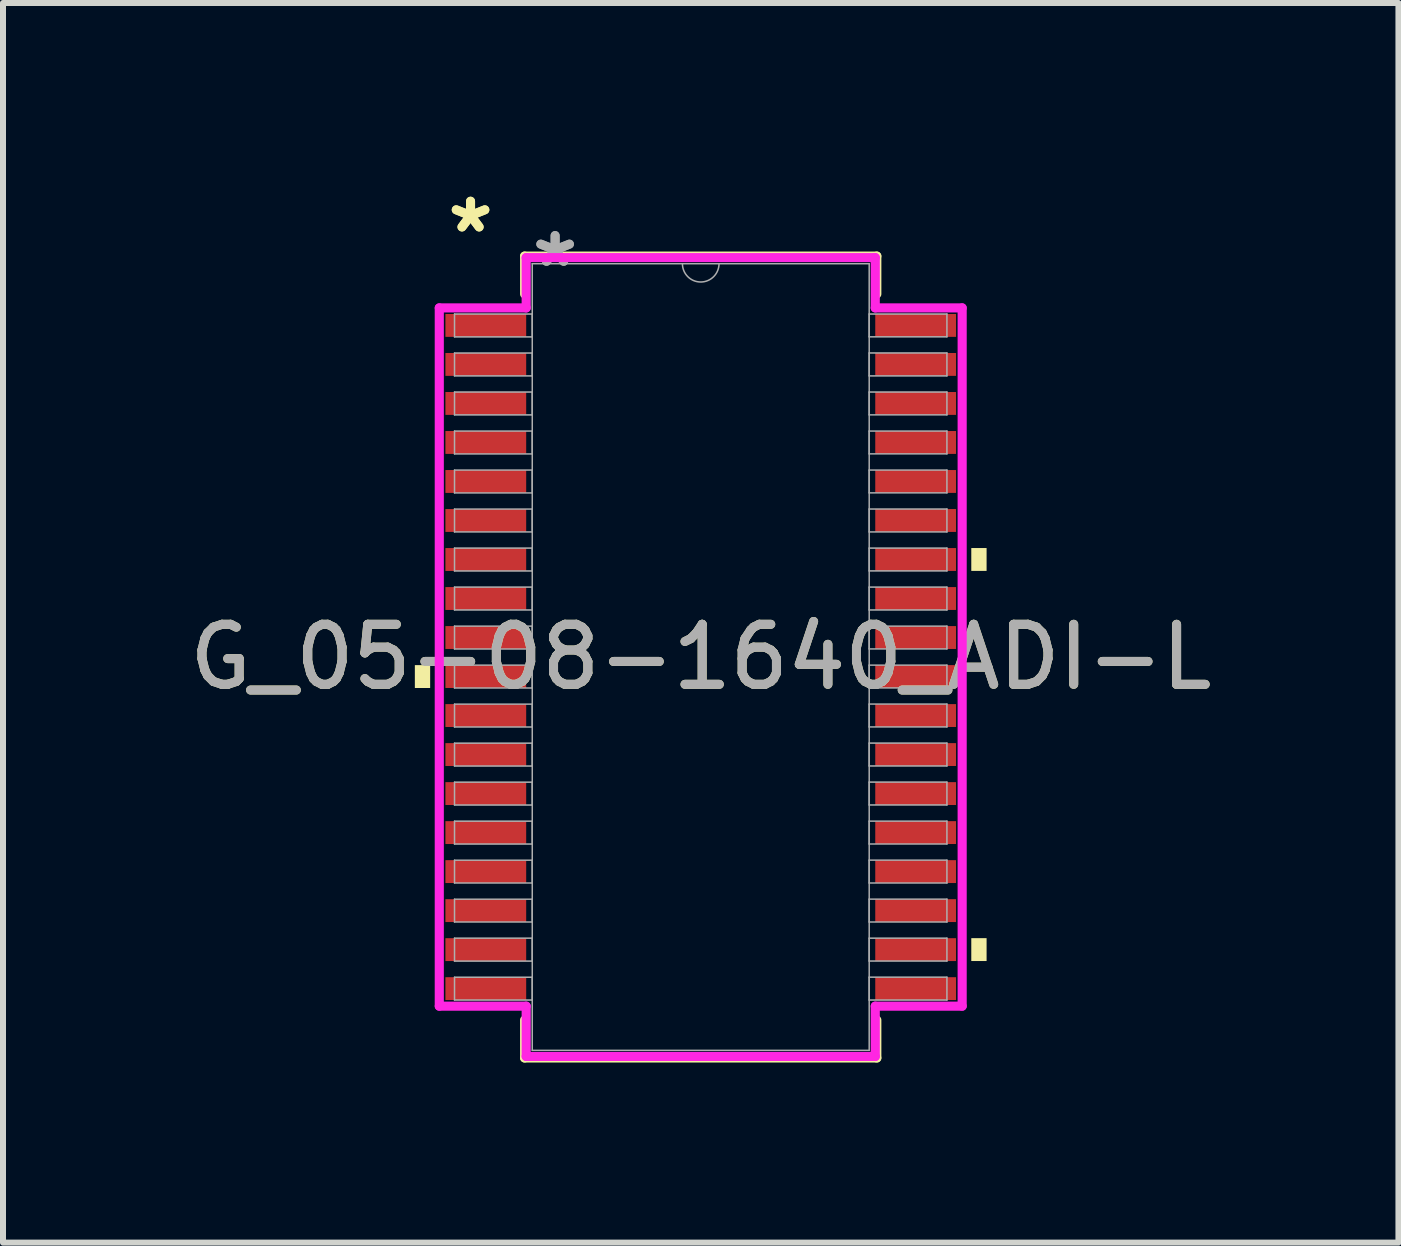
<source format=kicad_pcb>
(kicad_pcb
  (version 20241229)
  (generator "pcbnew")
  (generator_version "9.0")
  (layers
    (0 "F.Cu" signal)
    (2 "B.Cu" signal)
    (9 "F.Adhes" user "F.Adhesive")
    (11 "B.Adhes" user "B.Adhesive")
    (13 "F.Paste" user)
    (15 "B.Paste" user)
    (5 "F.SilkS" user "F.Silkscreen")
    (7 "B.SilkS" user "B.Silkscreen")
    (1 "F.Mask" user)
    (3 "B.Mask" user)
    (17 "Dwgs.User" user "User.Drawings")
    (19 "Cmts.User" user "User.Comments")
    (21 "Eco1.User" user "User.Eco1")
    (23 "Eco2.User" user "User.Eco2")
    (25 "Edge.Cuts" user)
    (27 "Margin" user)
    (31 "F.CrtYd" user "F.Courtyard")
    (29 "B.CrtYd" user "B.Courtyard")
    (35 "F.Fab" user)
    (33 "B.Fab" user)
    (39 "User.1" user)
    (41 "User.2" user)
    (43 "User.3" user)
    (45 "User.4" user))
  (footprint "G_05-08-1640_ADI-L"
    (layer "F.Cu")
    (at 8.625 7.897)
    (property "Reference" "G_05-08-1640_ADI-L" (at 0 0 0) (unlocked yes) (layer "F.SilkS") (effects (font (size 1 1) (thickness 0.15))))
    (attr smd)
    (fp_line (start -2.934 -6.68) (end -2.934 -6.048) (stroke (width 0.152) (type solid)) (layer "F.SilkS"))
    (fp_line (start -2.934 6.048) (end -2.934 6.68) (stroke (width 0.152) (type solid)) (layer "F.SilkS"))
    (fp_line (start -2.934 6.68) (end 2.934 6.68) (stroke (width 0.152) (type solid)) (layer "F.SilkS"))
    (fp_line (start 2.934 -6.68) (end -2.934 -6.68) (stroke (width 0.152) (type solid)) (layer "F.SilkS"))
    (fp_line (start 2.934 -6.048) (end 2.934 -6.68) (stroke (width 0.152) (type solid)) (layer "F.SilkS"))
    (fp_line (start 2.934 6.68) (end 2.934 6.048) (stroke (width 0.152) (type solid)) (layer "F.SilkS"))
    (fp_poly (pts (xy -4.763 0.135) (xy -4.763 0.516) (xy -4.508 0.516) (xy -4.508 0.135)) (stroke (width 0) (type solid)) (fill yes) (layer "F.SilkS"))
    (fp_poly (pts (xy 4.763 -1.816) (xy 4.763 -1.435) (xy 4.508 -1.435) (xy 4.508 -1.816)) (stroke (width 0) (type solid)) (fill yes) (layer "F.SilkS"))
    (fp_poly (pts (xy 4.763 4.684) (xy 4.763 5.065) (xy 4.508 5.065) (xy 4.508 4.684)) (stroke (width 0) (type solid)) (fill yes) (layer "F.SilkS"))
    (fp_line (start -4.356 -5.817) (end -2.908 -5.817) (stroke (width 0.152) (type solid)) (layer "F.CrtYd"))
    (fp_line (start -4.356 5.817) (end -4.356 -5.817) (stroke (width 0.152) (type solid)) (layer "F.CrtYd"))
    (fp_line (start -4.356 5.817) (end -2.908 5.817) (stroke (width 0.152) (type solid)) (layer "F.CrtYd"))
    (fp_line (start -2.908 -6.655) (end 2.908 -6.655) (stroke (width 0.152) (type solid)) (layer "F.CrtYd"))
    (fp_line (start -2.908 -5.817) (end -2.908 -6.655) (stroke (width 0.152) (type solid)) (layer "F.CrtYd"))
    (fp_line (start -2.908 6.655) (end -2.908 5.817) (stroke (width 0.152) (type solid)) (layer "F.CrtYd"))
    (fp_line (start 2.908 -6.655) (end 2.908 -5.817) (stroke (width 0.152) (type solid)) (layer "F.CrtYd"))
    (fp_line (start 2.908 5.817) (end 2.908 6.655) (stroke (width 0.152) (type solid)) (layer "F.CrtYd"))
    (fp_line (start 2.908 6.655) (end -2.908 6.655) (stroke (width 0.152) (type solid)) (layer "F.CrtYd"))
    (fp_line (start 4.356 -5.817) (end 2.908 -5.817) (stroke (width 0.152) (type solid)) (layer "F.CrtYd"))
    (fp_line (start 4.356 -5.817) (end 4.356 5.817) (stroke (width 0.152) (type solid)) (layer "F.CrtYd"))
    (fp_line (start 4.356 5.817) (end 2.908 5.817) (stroke (width 0.152) (type solid)) (layer "F.CrtYd"))
    (fp_line (start -4.102 -5.715) (end -4.102 -5.334) (stroke (width 0.025) (type solid)) (layer "F.Fab"))
    (fp_line (start -4.102 -5.334) (end -2.807 -5.334) (stroke (width 0.025) (type solid)) (layer "F.Fab"))
    (fp_line (start -4.102 -5.065) (end -4.102 -4.684) (stroke (width 0.025) (type solid)) (layer "F.Fab"))
    (fp_line (start -4.102 -4.684) (end -2.807 -4.684) (stroke (width 0.025) (type solid)) (layer "F.Fab"))
    (fp_line (start -4.102 -4.415) (end -4.102 -4.034) (stroke (width 0.025) (type solid)) (layer "F.Fab"))
    (fp_line (start -4.102 -4.034) (end -2.807 -4.034) (stroke (width 0.025) (type solid)) (layer "F.Fab"))
    (fp_line (start -4.102 -3.765) (end -4.102 -3.384) (stroke (width 0.025) (type solid)) (layer "F.Fab"))
    (fp_line (start -4.102 -3.384) (end -2.807 -3.384) (stroke (width 0.025) (type solid)) (layer "F.Fab"))
    (fp_line (start -4.102 -3.115) (end -4.102 -2.734) (stroke (width 0.025) (type solid)) (layer "F.Fab"))
    (fp_line (start -4.102 -2.734) (end -2.807 -2.734) (stroke (width 0.025) (type solid)) (layer "F.Fab"))
    (fp_line (start -4.102 -2.465) (end -4.102 -2.084) (stroke (width 0.025) (type solid)) (layer "F.Fab"))
    (fp_line (start -4.102 -2.084) (end -2.807 -2.084) (stroke (width 0.025) (type solid)) (layer "F.Fab"))
    (fp_line (start -4.102 -1.815) (end -4.102 -1.434) (stroke (width 0.025) (type solid)) (layer "F.Fab"))
    (fp_line (start -4.102 -1.434) (end -2.807 -1.434) (stroke (width 0.025) (type solid)) (layer "F.Fab"))
    (fp_line (start -4.102 -1.165) (end -4.102 -0.784) (stroke (width 0.025) (type solid)) (layer "F.Fab"))
    (fp_line (start -4.102 -0.784) (end -2.807 -0.784) (stroke (width 0.025) (type solid)) (layer "F.Fab"))
    (fp_line (start -4.102 -0.515) (end -4.102 -0.134) (stroke (width 0.025) (type solid)) (layer "F.Fab"))
    (fp_line (start -4.102 -0.134) (end -2.807 -0.134) (stroke (width 0.025) (type solid)) (layer "F.Fab"))
    (fp_line (start -4.102 0.135) (end -4.102 0.516) (stroke (width 0.025) (type solid)) (layer "F.Fab"))
    (fp_line (start -4.102 0.516) (end -2.807 0.516) (stroke (width 0.025) (type solid)) (layer "F.Fab"))
    (fp_line (start -4.102 0.785) (end -4.102 1.166) (stroke (width 0.025) (type solid)) (layer "F.Fab"))
    (fp_line (start -4.102 1.166) (end -2.807 1.166) (stroke (width 0.025) (type solid)) (layer "F.Fab"))
    (fp_line (start -4.102 1.435) (end -4.102 1.816) (stroke (width 0.025) (type solid)) (layer "F.Fab"))
    (fp_line (start -4.102 1.816) (end -2.807 1.816) (stroke (width 0.025) (type solid)) (layer "F.Fab"))
    (fp_line (start -4.102 2.085) (end -4.102 2.466) (stroke (width 0.025) (type solid)) (layer "F.Fab"))
    (fp_line (start -4.102 2.466) (end -2.807 2.466) (stroke (width 0.025) (type solid)) (layer "F.Fab"))
    (fp_line (start -4.102 2.735) (end -4.102 3.116) (stroke (width 0.025) (type solid)) (layer "F.Fab"))
    (fp_line (start -4.102 3.116) (end -2.807 3.116) (stroke (width 0.025) (type solid)) (layer "F.Fab"))
    (fp_line (start -4.102 3.385) (end -4.102 3.765) (stroke (width 0.025) (type solid)) (layer "F.Fab"))
    (fp_line (start -4.102 3.765) (end -2.807 3.765) (stroke (width 0.025) (type solid)) (layer "F.Fab"))
    (fp_line (start -4.102 4.035) (end -4.102 4.415) (stroke (width 0.025) (type solid)) (layer "F.Fab"))
    (fp_line (start -4.102 4.415) (end -2.807 4.415) (stroke (width 0.025) (type solid)) (layer "F.Fab"))
    (fp_line (start -4.102 4.684) (end -4.102 5.066) (stroke (width 0.025) (type solid)) (layer "F.Fab"))
    (fp_line (start -4.102 5.066) (end -2.807 5.066) (stroke (width 0.025) (type solid)) (layer "F.Fab"))
    (fp_line (start -4.102 5.335) (end -4.102 5.715) (stroke (width 0.025) (type solid)) (layer "F.Fab"))
    (fp_line (start -4.102 5.715) (end -2.807 5.715) (stroke (width 0.025) (type solid)) (layer "F.Fab"))
    (fp_line (start -2.807 -6.553) (end -2.807 6.553) (stroke (width 0.025) (type solid)) (layer "F.Fab"))
    (fp_line (start -2.807 -5.715) (end -4.102 -5.715) (stroke (width 0.025) (type solid)) (layer "F.Fab"))
    (fp_line (start -2.807 -5.334) (end -2.807 -5.715) (stroke (width 0.025) (type solid)) (layer "F.Fab"))
    (fp_line (start -2.807 -5.065) (end -4.102 -5.065) (stroke (width 0.025) (type solid)) (layer "F.Fab"))
    (fp_line (start -2.807 -4.684) (end -2.807 -5.065) (stroke (width 0.025) (type solid)) (layer "F.Fab"))
    (fp_line (start -2.807 -4.415) (end -4.102 -4.415) (stroke (width 0.025) (type solid)) (layer "F.Fab"))
    (fp_line (start -2.807 -4.034) (end -2.807 -4.415) (stroke (width 0.025) (type solid)) (layer "F.Fab"))
    (fp_line (start -2.807 -3.765) (end -4.102 -3.765) (stroke (width 0.025) (type solid)) (layer "F.Fab"))
    (fp_line (start -2.807 -3.384) (end -2.807 -3.765) (stroke (width 0.025) (type solid)) (layer "F.Fab"))
    (fp_line (start -2.807 -3.115) (end -4.102 -3.115) (stroke (width 0.025) (type solid)) (layer "F.Fab"))
    (fp_line (start -2.807 -2.734) (end -2.807 -3.115) (stroke (width 0.025) (type solid)) (layer "F.Fab"))
    (fp_line (start -2.807 -2.465) (end -4.102 -2.465) (stroke (width 0.025) (type solid)) (layer "F.Fab"))
    (fp_line (start -2.807 -2.084) (end -2.807 -2.465) (stroke (width 0.025) (type solid)) (layer "F.Fab"))
    (fp_line (start -2.807 -1.815) (end -4.102 -1.815) (stroke (width 0.025) (type solid)) (layer "F.Fab"))
    (fp_line (start -2.807 -1.434) (end -2.807 -1.815) (stroke (width 0.025) (type solid)) (layer "F.Fab"))
    (fp_line (start -2.807 -1.165) (end -4.102 -1.165) (stroke (width 0.025) (type solid)) (layer "F.Fab"))
    (fp_line (start -2.807 -0.784) (end -2.807 -1.165) (stroke (width 0.025) (type solid)) (layer "F.Fab"))
    (fp_line (start -2.807 -0.515) (end -4.102 -0.515) (stroke (width 0.025) (type solid)) (layer "F.Fab"))
    (fp_line (start -2.807 -0.134) (end -2.807 -0.515) (stroke (width 0.025) (type solid)) (layer "F.Fab"))
    (fp_line (start -2.807 0.135) (end -4.102 0.135) (stroke (width 0.025) (type solid)) (layer "F.Fab"))
    (fp_line (start -2.807 0.516) (end -2.807 0.135) (stroke (width 0.025) (type solid)) (layer "F.Fab"))
    (fp_line (start -2.807 0.785) (end -4.102 0.785) (stroke (width 0.025) (type solid)) (layer "F.Fab"))
    (fp_line (start -2.807 1.166) (end -2.807 0.785) (stroke (width 0.025) (type solid)) (layer "F.Fab"))
    (fp_line (start -2.807 1.435) (end -4.102 1.435) (stroke (width 0.025) (type solid)) (layer "F.Fab"))
    (fp_line (start -2.807 1.816) (end -2.807 1.435) (stroke (width 0.025) (type solid)) (layer "F.Fab"))
    (fp_line (start -2.807 2.085) (end -4.102 2.085) (stroke (width 0.025) (type solid)) (layer "F.Fab"))
    (fp_line (start -2.807 2.466) (end -2.807 2.085) (stroke (width 0.025) (type solid)) (layer "F.Fab"))
    (fp_line (start -2.807 2.735) (end -4.102 2.735) (stroke (width 0.025) (type solid)) (layer "F.Fab"))
    (fp_line (start -2.807 3.116) (end -2.807 2.735) (stroke (width 0.025) (type solid)) (layer "F.Fab"))
    (fp_line (start -2.807 3.385) (end -4.102 3.385) (stroke (width 0.025) (type solid)) (layer "F.Fab"))
    (fp_line (start -2.807 3.765) (end -2.807 3.385) (stroke (width 0.025) (type solid)) (layer "F.Fab"))
    (fp_line (start -2.807 4.035) (end -4.102 4.035) (stroke (width 0.025) (type solid)) (layer "F.Fab"))
    (fp_line (start -2.807 4.415) (end -2.807 4.035) (stroke (width 0.025) (type solid)) (layer "F.Fab"))
    (fp_line (start -2.807 4.684) (end -4.102 4.684) (stroke (width 0.025) (type solid)) (layer "F.Fab"))
    (fp_line (start -2.807 5.066) (end -2.807 4.684) (stroke (width 0.025) (type solid)) (layer "F.Fab"))
    (fp_line (start -2.807 5.335) (end -4.102 5.335) (stroke (width 0.025) (type solid)) (layer "F.Fab"))
    (fp_line (start -2.807 5.715) (end -2.807 5.335) (stroke (width 0.025) (type solid)) (layer "F.Fab"))
    (fp_line (start -2.807 6.553) (end 2.807 6.553) (stroke (width 0.025) (type solid)) (layer "F.Fab"))
    (fp_line (start 2.807 -6.553) (end -2.807 -6.553) (stroke (width 0.025) (type solid)) (layer "F.Fab"))
    (fp_line (start 2.807 -5.715) (end 2.807 -5.335) (stroke (width 0.025) (type solid)) (layer "F.Fab"))
    (fp_line (start 2.807 -5.335) (end 4.102 -5.335) (stroke (width 0.025) (type solid)) (layer "F.Fab"))
    (fp_line (start 2.807 -5.066) (end 2.807 -4.684) (stroke (width 0.025) (type solid)) (layer "F.Fab"))
    (fp_line (start 2.807 -4.684) (end 4.102 -4.684) (stroke (width 0.025) (type solid)) (layer "F.Fab"))
    (fp_line (start 2.807 -4.415) (end 2.807 -4.035) (stroke (width 0.025) (type solid)) (layer "F.Fab"))
    (fp_line (start 2.807 -4.035) (end 4.102 -4.035) (stroke (width 0.025) (type solid)) (layer "F.Fab"))
    (fp_line (start 2.807 -3.765) (end 2.807 -3.385) (stroke (width 0.025) (type solid)) (layer "F.Fab"))
    (fp_line (start 2.807 -3.385) (end 4.102 -3.385) (stroke (width 0.025) (type solid)) (layer "F.Fab"))
    (fp_line (start 2.807 -3.115) (end 2.807 -2.735) (stroke (width 0.025) (type solid)) (layer "F.Fab"))
    (fp_line (start 2.807 -2.735) (end 4.102 -2.735) (stroke (width 0.025) (type solid)) (layer "F.Fab"))
    (fp_line (start 2.807 -2.466) (end 2.807 -2.084) (stroke (width 0.025) (type solid)) (layer "F.Fab"))
    (fp_line (start 2.807 -2.084) (end 4.102 -2.084) (stroke (width 0.025) (type solid)) (layer "F.Fab"))
    (fp_line (start 2.807 -1.815) (end 2.807 -1.435) (stroke (width 0.025) (type solid)) (layer "F.Fab"))
    (fp_line (start 2.807 -1.435) (end 4.102 -1.435) (stroke (width 0.025) (type solid)) (layer "F.Fab"))
    (fp_line (start 2.807 -1.165) (end 2.807 -0.784) (stroke (width 0.025) (type solid)) (layer "F.Fab"))
    (fp_line (start 2.807 -0.784) (end 4.102 -0.784) (stroke (width 0.025) (type solid)) (layer "F.Fab"))
    (fp_line (start 2.807 -0.515) (end 2.807 -0.135) (stroke (width 0.025) (type solid)) (layer "F.Fab"))
    (fp_line (start 2.807 -0.135) (end 4.102 -0.135) (stroke (width 0.025) (type solid)) (layer "F.Fab"))
    (fp_line (start 2.807 0.135) (end 2.807 0.515) (stroke (width 0.025) (type solid)) (layer "F.Fab"))
    (fp_line (start 2.807 0.515) (end 4.102 0.515) (stroke (width 0.025) (type solid)) (layer "F.Fab"))
    (fp_line (start 2.807 0.784) (end 2.807 1.165) (stroke (width 0.025) (type solid)) (layer "F.Fab"))
    (fp_line (start 2.807 1.165) (end 4.102 1.165) (stroke (width 0.025) (type solid)) (layer "F.Fab"))
    (fp_line (start 2.807 1.434) (end 2.807 1.815) (stroke (width 0.025) (type solid)) (layer "F.Fab"))
    (fp_line (start 2.807 1.815) (end 4.102 1.815) (stroke (width 0.025) (type solid)) (layer "F.Fab"))
    (fp_line (start 2.807 2.084) (end 2.807 2.465) (stroke (width 0.025) (type solid)) (layer "F.Fab"))
    (fp_line (start 2.807 2.465) (end 4.102 2.465) (stroke (width 0.025) (type solid)) (layer "F.Fab"))
    (fp_line (start 2.807 2.734) (end 2.807 3.115) (stroke (width 0.025) (type solid)) (layer "F.Fab"))
    (fp_line (start 2.807 3.115) (end 4.102 3.115) (stroke (width 0.025) (type solid)) (layer "F.Fab"))
    (fp_line (start 2.807 3.384) (end 2.807 3.765) (stroke (width 0.025) (type solid)) (layer "F.Fab"))
    (fp_line (start 2.807 3.765) (end 4.102 3.765) (stroke (width 0.025) (type solid)) (layer "F.Fab"))
    (fp_line (start 2.807 4.034) (end 2.807 4.415) (stroke (width 0.025) (type solid)) (layer "F.Fab"))
    (fp_line (start 2.807 4.415) (end 4.102 4.415) (stroke (width 0.025) (type solid)) (layer "F.Fab"))
    (fp_line (start 2.807 4.684) (end 2.807 5.065) (stroke (width 0.025) (type solid)) (layer "F.Fab"))
    (fp_line (start 2.807 5.065) (end 4.102 5.065) (stroke (width 0.025) (type solid)) (layer "F.Fab"))
    (fp_line (start 2.807 5.334) (end 2.807 5.715) (stroke (width 0.025) (type solid)) (layer "F.Fab"))
    (fp_line (start 2.807 5.715) (end 4.102 5.715) (stroke (width 0.025) (type solid)) (layer "F.Fab"))
    (fp_line (start 2.807 6.553) (end 2.807 -6.553) (stroke (width 0.025) (type solid)) (layer "F.Fab"))
    (fp_line (start 4.102 -5.715) (end 2.807 -5.715) (stroke (width 0.025) (type solid)) (layer "F.Fab"))
    (fp_line (start 4.102 -5.335) (end 4.102 -5.715) (stroke (width 0.025) (type solid)) (layer "F.Fab"))
    (fp_line (start 4.102 -5.066) (end 2.807 -5.066) (stroke (width 0.025) (type solid)) (layer "F.Fab"))
    (fp_line (start 4.102 -4.684) (end 4.102 -5.066) (stroke (width 0.025) (type solid)) (layer "F.Fab"))
    (fp_line (start 4.102 -4.415) (end 2.807 -4.415) (stroke (width 0.025) (type solid)) (layer "F.Fab"))
    (fp_line (start 4.102 -4.035) (end 4.102 -4.415) (stroke (width 0.025) (type solid)) (layer "F.Fab"))
    (fp_line (start 4.102 -3.765) (end 2.807 -3.765) (stroke (width 0.025) (type solid)) (layer "F.Fab"))
    (fp_line (start 4.102 -3.385) (end 4.102 -3.765) (stroke (width 0.025) (type solid)) (layer "F.Fab"))
    (fp_line (start 4.102 -3.115) (end 2.807 -3.115) (stroke (width 0.025) (type solid)) (layer "F.Fab"))
    (fp_line (start 4.102 -2.735) (end 4.102 -3.115) (stroke (width 0.025) (type solid)) (layer "F.Fab"))
    (fp_line (start 4.102 -2.466) (end 2.807 -2.466) (stroke (width 0.025) (type solid)) (layer "F.Fab"))
    (fp_line (start 4.102 -2.084) (end 4.102 -2.466) (stroke (width 0.025) (type solid)) (layer "F.Fab"))
    (fp_line (start 4.102 -1.815) (end 2.807 -1.815) (stroke (width 0.025) (type solid)) (layer "F.Fab"))
    (fp_line (start 4.102 -1.435) (end 4.102 -1.815) (stroke (width 0.025) (type solid)) (layer "F.Fab"))
    (fp_line (start 4.102 -1.165) (end 2.807 -1.165) (stroke (width 0.025) (type solid)) (layer "F.Fab"))
    (fp_line (start 4.102 -0.784) (end 4.102 -1.165) (stroke (width 0.025) (type solid)) (layer "F.Fab"))
    (fp_line (start 4.102 -0.515) (end 2.807 -0.515) (stroke (width 0.025) (type solid)) (layer "F.Fab"))
    (fp_line (start 4.102 -0.135) (end 4.102 -0.515) (stroke (width 0.025) (type solid)) (layer "F.Fab"))
    (fp_line (start 4.102 0.135) (end 2.807 0.135) (stroke (width 0.025) (type solid)) (layer "F.Fab"))
    (fp_line (start 4.102 0.515) (end 4.102 0.135) (stroke (width 0.025) (type solid)) (layer "F.Fab"))
    (fp_line (start 4.102 0.784) (end 2.807 0.784) (stroke (width 0.025) (type solid)) (layer "F.Fab"))
    (fp_line (start 4.102 1.165) (end 4.102 0.784) (stroke (width 0.025) (type solid)) (layer "F.Fab"))
    (fp_line (start 4.102 1.434) (end 2.807 1.434) (stroke (width 0.025) (type solid)) (layer "F.Fab"))
    (fp_line (start 4.102 1.815) (end 4.102 1.434) (stroke (width 0.025) (type solid)) (layer "F.Fab"))
    (fp_line (start 4.102 2.084) (end 2.807 2.084) (stroke (width 0.025) (type solid)) (layer "F.Fab"))
    (fp_line (start 4.102 2.465) (end 4.102 2.084) (stroke (width 0.025) (type solid)) (layer "F.Fab"))
    (fp_line (start 4.102 2.734) (end 2.807 2.734) (stroke (width 0.025) (type solid)) (layer "F.Fab"))
    (fp_line (start 4.102 3.115) (end 4.102 2.734) (stroke (width 0.025) (type solid)) (layer "F.Fab"))
    (fp_line (start 4.102 3.384) (end 2.807 3.384) (stroke (width 0.025) (type solid)) (layer "F.Fab"))
    (fp_line (start 4.102 3.765) (end 4.102 3.384) (stroke (width 0.025) (type solid)) (layer "F.Fab"))
    (fp_line (start 4.102 4.034) (end 2.807 4.034) (stroke (width 0.025) (type solid)) (layer "F.Fab"))
    (fp_line (start 4.102 4.415) (end 4.102 4.034) (stroke (width 0.025) (type solid)) (layer "F.Fab"))
    (fp_line (start 4.102 4.684) (end 2.807 4.684) (stroke (width 0.025) (type solid)) (layer "F.Fab"))
    (fp_line (start 4.102 5.065) (end 4.102 4.684) (stroke (width 0.025) (type solid)) (layer "F.Fab"))
    (fp_line (start 4.102 5.334) (end 2.807 5.334) (stroke (width 0.025) (type solid)) (layer "F.Fab"))
    (fp_line (start 4.102 5.715) (end 4.102 5.334) (stroke (width 0.025) (type solid)) (layer "F.Fab"))
    (fp_arc (start 0.3048 -6.5532) (mid 0 -6.2484) (end -0.3048 -6.5532) (stroke (width 0.0254) (type solid)) (layer "F.Fab"))
    (fp_text user "*" (at -3.835 -7.049 0) (unlocked yes) (layer "F.SilkS") (effects (font (size 1 1) (thickness 0.15))))
    (fp_text user "*" (at -3.835 -7.049 0) (layer "F.SilkS") (effects (font (size 1 1) (thickness 0.15))))
    (fp_text user "*" (at -2.426 -6.477 0) (layer "F.Fab") (effects (font (size 1 1) (thickness 0.15))))
    (fp_text user "${REFERENCE}" (at 0 0 0) (unlocked yes) (layer "F.Fab") (effects (font (size 1 1) (thickness 0.15))))
    (fp_text user "*" (at -2.426 -6.477 0) (unlocked yes) (layer "F.Fab") (effects (font (size 1 1) (thickness 0.15))))
    (pad "1" smd rect (at -3.581 -5.525) (size 1.346 0.381) (layers "F.Cu" "F.Mask" "F.Paste"))
    (pad "2" smd rect (at -3.581 -4.875) (size 1.346 0.381) (layers "F.Cu" "F.Mask" "F.Paste"))
    (pad "3" smd rect (at -3.581 -4.225) (size 1.346 0.381) (layers "F.Cu" "F.Mask" "F.Paste"))
    (pad "4" smd rect (at -3.581 -3.575) (size 1.346 0.381) (layers "F.Cu" "F.Mask" "F.Paste"))
    (pad "5" smd rect (at -3.581 -2.925) (size 1.346 0.381) (layers "F.Cu" "F.Mask" "F.Paste"))
    (pad "6" smd rect (at -3.581 -2.275) (size 1.346 0.381) (layers "F.Cu" "F.Mask" "F.Paste"))
    (pad "7" smd rect (at -3.581 -1.625) (size 1.346 0.381) (layers "F.Cu" "F.Mask" "F.Paste"))
    (pad "8" smd rect (at -3.581 -0.975) (size 1.346 0.381) (layers "F.Cu" "F.Mask" "F.Paste"))
    (pad "9" smd rect (at -3.581 -0.325) (size 1.346 0.381) (layers "F.Cu" "F.Mask" "F.Paste"))
    (pad "10" smd rect (at -3.581 0.325) (size 1.346 0.381) (layers "F.Cu" "F.Mask" "F.Paste"))
    (pad "11" smd rect (at -3.581 0.975) (size 1.346 0.381) (layers "F.Cu" "F.Mask" "F.Paste"))
    (pad "12" smd rect (at -3.581 1.625) (size 1.346 0.381) (layers "F.Cu" "F.Mask" "F.Paste"))
    (pad "13" smd rect (at -3.581 2.275) (size 1.346 0.381) (layers "F.Cu" "F.Mask" "F.Paste"))
    (pad "14" smd rect (at -3.581 2.925) (size 1.346 0.381) (layers "F.Cu" "F.Mask" "F.Paste"))
    (pad "15" smd rect (at -3.581 3.575) (size 1.346 0.381) (layers "F.Cu" "F.Mask" "F.Paste"))
    (pad "16" smd rect (at -3.581 4.225) (size 1.346 0.381) (layers "F.Cu" "F.Mask" "F.Paste"))
    (pad "17" smd rect (at -3.581 4.875) (size 1.346 0.381) (layers "F.Cu" "F.Mask" "F.Paste"))
    (pad "18" smd rect (at -3.581 5.525) (size 1.346 0.381) (layers "F.Cu" "F.Mask" "F.Paste"))
    (pad "19" smd rect (at 3.581 5.525) (size 1.346 0.381) (layers "F.Cu" "F.Mask" "F.Paste"))
    (pad "20" smd rect (at 3.581 4.875) (size 1.346 0.381) (layers "F.Cu" "F.Mask" "F.Paste"))
    (pad "21" smd rect (at 3.581 4.225) (size 1.346 0.381) (layers "F.Cu" "F.Mask" "F.Paste"))
    (pad "22" smd rect (at 3.581 3.575) (size 1.346 0.381) (layers "F.Cu" "F.Mask" "F.Paste"))
    (pad "23" smd rect (at 3.581 2.925) (size 1.346 0.381) (layers "F.Cu" "F.Mask" "F.Paste"))
    (pad "24" smd rect (at 3.581 2.275) (size 1.346 0.381) (layers "F.Cu" "F.Mask" "F.Paste"))
    (pad "25" smd rect (at 3.581 1.625) (size 1.346 0.381) (layers "F.Cu" "F.Mask" "F.Paste"))
    (pad "26" smd rect (at 3.581 0.975) (size 1.346 0.381) (layers "F.Cu" "F.Mask" "F.Paste"))
    (pad "27" smd rect (at 3.581 0.325) (size 1.346 0.381) (layers "F.Cu" "F.Mask" "F.Paste"))
    (pad "28" smd rect (at 3.581 -0.325) (size 1.346 0.381) (layers "F.Cu" "F.Mask" "F.Paste"))
    (pad "29" smd rect (at 3.581 -0.975) (size 1.346 0.381) (layers "F.Cu" "F.Mask" "F.Paste"))
    (pad "30" smd rect (at 3.581 -1.625) (size 1.346 0.381) (layers "F.Cu" "F.Mask" "F.Paste"))
    (pad "31" smd rect (at 3.581 -2.275) (size 1.346 0.381) (layers "F.Cu" "F.Mask" "F.Paste"))
    (pad "32" smd rect (at 3.581 -2.925) (size 1.346 0.381) (layers "F.Cu" "F.Mask" "F.Paste"))
    (pad "33" smd rect (at 3.581 -3.575) (size 1.346 0.381) (layers "F.Cu" "F.Mask" "F.Paste"))
    (pad "34" smd rect (at 3.581 -4.225) (size 1.346 0.381) (layers "F.Cu" "F.Mask" "F.Paste"))
    (pad "35" smd rect (at 3.581 -4.875) (size 1.346 0.381) (layers "F.Cu" "F.Mask" "F.Paste"))
    (pad "36" smd rect (at 3.581 -5.525) (size 1.346 0.381) (layers "F.Cu" "F.Mask" "F.Paste")))
  (gr_rect
    (start -3 -3)
    (end 20.25 17.654)
    (stroke (width 0.1) (type default))
    (fill no)
    (layer "Edge.Cuts")))
</source>
